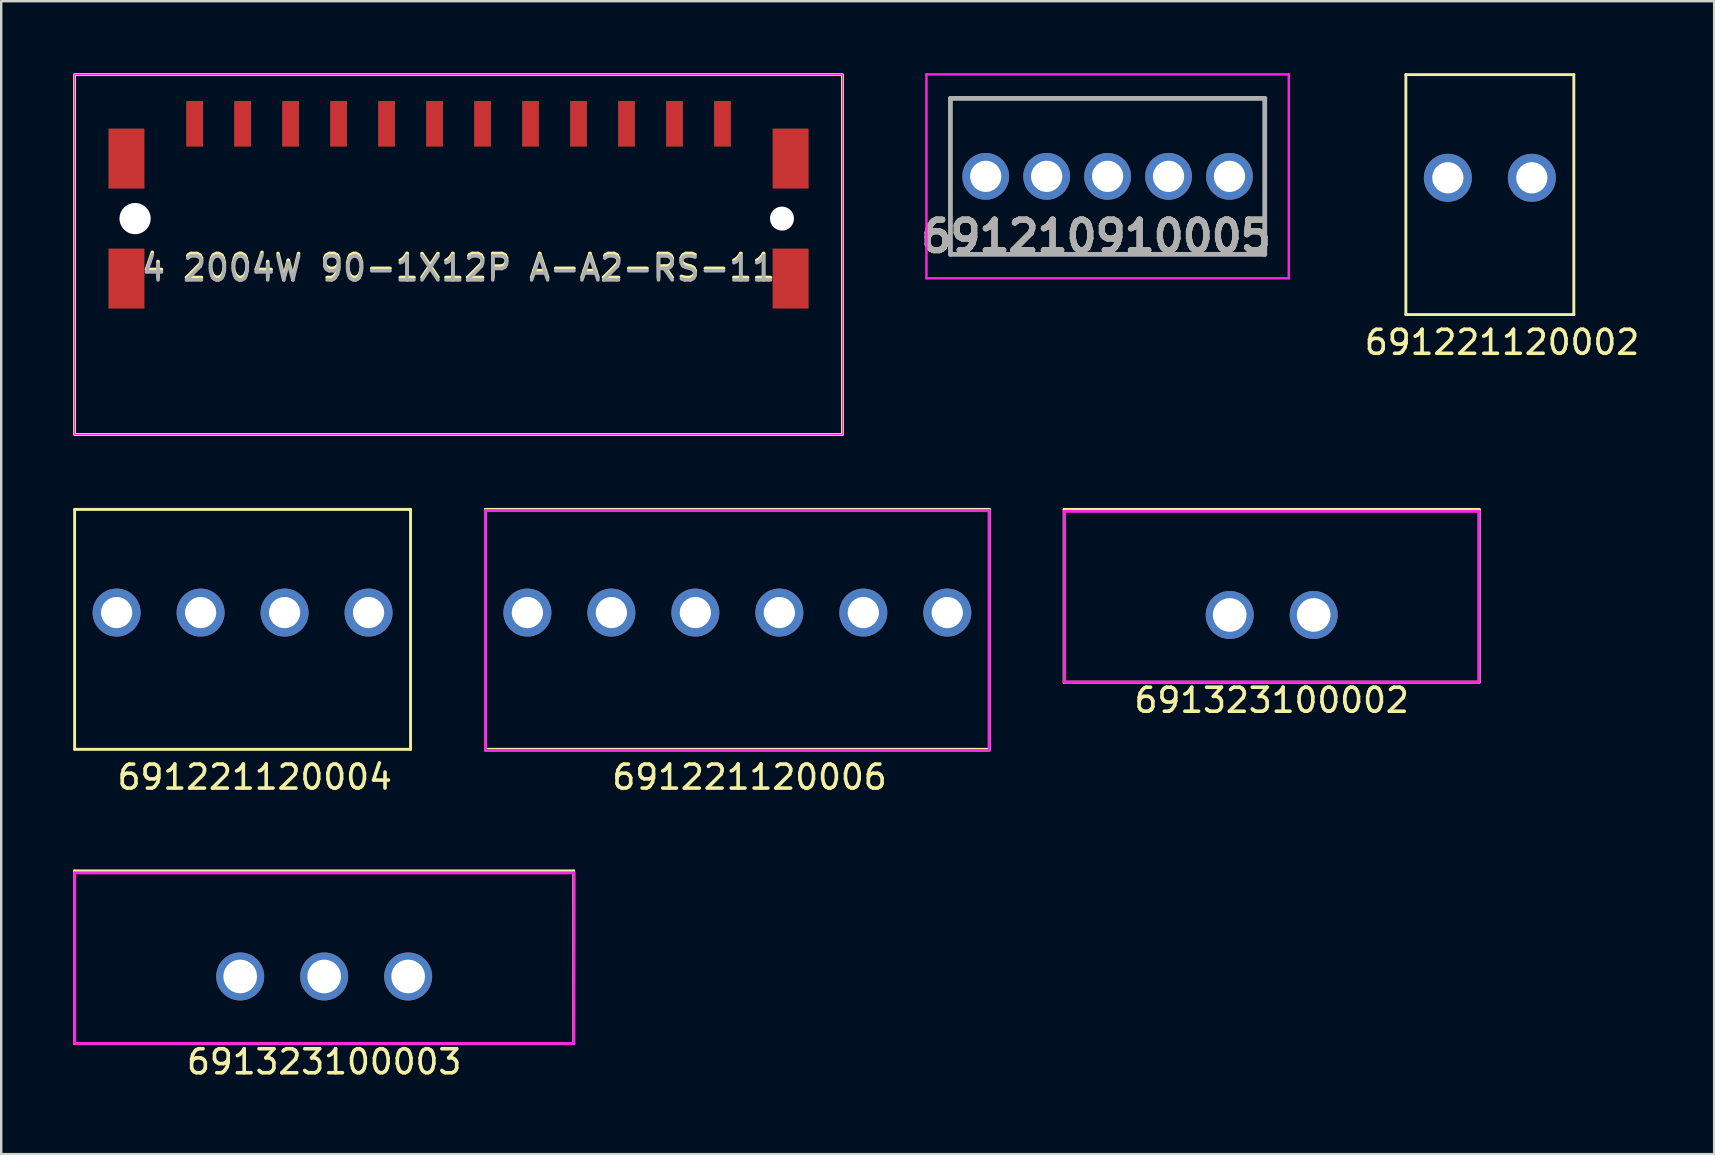
<source format=kicad_pcb>
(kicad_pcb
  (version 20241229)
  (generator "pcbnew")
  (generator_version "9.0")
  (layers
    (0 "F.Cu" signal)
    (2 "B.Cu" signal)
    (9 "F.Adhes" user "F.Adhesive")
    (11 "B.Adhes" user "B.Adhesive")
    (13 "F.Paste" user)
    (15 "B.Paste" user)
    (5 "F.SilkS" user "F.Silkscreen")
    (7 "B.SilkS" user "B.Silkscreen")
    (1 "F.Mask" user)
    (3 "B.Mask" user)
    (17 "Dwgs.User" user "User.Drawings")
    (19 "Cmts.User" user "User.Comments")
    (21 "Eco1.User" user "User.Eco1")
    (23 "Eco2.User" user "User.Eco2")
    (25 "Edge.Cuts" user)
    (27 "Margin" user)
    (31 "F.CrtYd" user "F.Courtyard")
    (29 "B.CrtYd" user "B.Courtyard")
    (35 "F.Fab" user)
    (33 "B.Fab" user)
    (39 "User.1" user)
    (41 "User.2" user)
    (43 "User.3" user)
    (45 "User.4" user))
  (footprint "691221120006"
    (layer "F.Cu")
    (at 27.68 22.48)
    (property "Reference" "691221120006" (at 0.508 6.858 0) (layer "F.SilkS") (effects (font (size 1 1) (thickness 0.15))))
    (attr through_hole)
    (fp_line (start -10.5 -4.3) (end 10.5 -4.3) (stroke (width 0.12) (type solid)) (layer "F.SilkS"))
    (fp_line (start -10.5 5.7) (end -10.5 -4.3) (stroke (width 0.12) (type solid)) (layer "F.SilkS"))
    (fp_line (start 10.5 -4.3) (end 10.5 5.7) (stroke (width 0.12) (type solid)) (layer "F.SilkS"))
    (fp_line (start 10.5 5.7) (end -10.5 5.7) (stroke (width 0.12) (type solid)) (layer "F.SilkS"))
    (fp_line (start -10.5 -4.25) (end 10.5 -4.25) (stroke (width 0.12) (type solid)) (layer "F.CrtYd"))
    (fp_line (start -10.5 5.75) (end -10.5 -4.25) (stroke (width 0.12) (type solid)) (layer "F.CrtYd"))
    (fp_line (start 10.5 -4.25) (end 10.5 5.75) (stroke (width 0.12) (type solid)) (layer "F.CrtYd"))
    (fp_line (start 10.5 5.75) (end -10.5 5.75) (stroke (width 0.12) (type solid)) (layer "F.CrtYd"))
    (pad "1" thru_hole circle (at -8.75 0) (size 2 2) (drill 1.3) (layers "*.Cu" "*.Mask"))
    (pad "2" thru_hole circle (at -5.25 0) (size 2 2) (drill 1.3) (layers "*.Cu" "*.Mask"))
    (pad "3" thru_hole circle (at -1.75 0) (size 2 2) (drill 1.3) (layers "*.Cu" "*.Mask"))
    (pad "4" thru_hole circle (at 1.75 0) (size 2 2) (drill 1.3) (layers "*.Cu" "*.Mask"))
    (pad "5" thru_hole circle (at 5.25 0) (size 2 2) (drill 1.3) (layers "*.Cu" "*.Mask"))
    (pad "6" thru_hole circle (at 8.75 0) (size 2 2) (drill 1.3) (layers "*.Cu" "*.Mask")))
  (footprint "691221120004"
    (layer "F.Cu")
    (at 7.06 22.48)
    (property "Reference" "691221120004" (at 0.508 6.858 0) (layer "F.SilkS") (effects (font (size 1 1) (thickness 0.15))))
    (attr through_hole)
    (fp_line (start -7 -4.3) (end 7 -4.3) (stroke (width 0.12) (type solid)) (layer "F.SilkS"))
    (fp_line (start -7 5.7) (end -7 -4.3) (stroke (width 0.12) (type solid)) (layer "F.SilkS"))
    (fp_line (start 7 -4.3) (end 7 5.7) (stroke (width 0.12) (type solid)) (layer "F.SilkS"))
    (fp_line (start 7 5.7) (end -7 5.7) (stroke (width 0.12) (type solid)) (layer "F.SilkS"))
    (pad "1" thru_hole circle (at -5.25 0) (size 2 2) (drill 1.3) (layers "*.Cu" "*.Mask"))
    (pad "2" thru_hole circle (at -1.75 0) (size 2 2) (drill 1.3) (layers "*.Cu" "*.Mask"))
    (pad "3" thru_hole circle (at 1.75 0) (size 2 2) (drill 1.3) (layers "*.Cu" "*.Mask"))
    (pad "4" thru_hole circle (at 5.25 0) (size 2 2) (drill 1.3) (layers "*.Cu" "*.Mask")))
  (footprint "691210910005"
    (layer "F.Cu")
    (at 38.031 4.3)
    (property "Reference" "691210910005" (at 4.6 2.5 0) (layer "F.SilkS") (effects (font (size 1.27 1.27) (thickness 0.254))))
    (attr through_hole)
    (fp_line (start -1.47 -3.25) (end 11.63 -3.25) (stroke (width 0.1) (type solid)) (layer "F.SilkS"))
    (fp_line (start -1.47 3.25) (end -1.47 -3.25) (stroke (width 0.1) (type solid)) (layer "F.SilkS"))
    (fp_line (start 11.63 -3.25) (end 11.63 3.25) (stroke (width 0.1) (type solid)) (layer "F.SilkS"))
    (fp_line (start 11.63 3.25) (end -1.47 3.25) (stroke (width 0.1) (type solid)) (layer "F.SilkS"))
    (fp_line (start -2.47 -4.25) (end 12.63 -4.25) (stroke (width 0.1) (type solid)) (layer "F.CrtYd"))
    (fp_line (start -2.47 4.25) (end -2.47 -4.25) (stroke (width 0.1) (type solid)) (layer "F.CrtYd"))
    (fp_line (start 12.63 -4.25) (end 12.63 4.25) (stroke (width 0.1) (type solid)) (layer "F.CrtYd"))
    (fp_line (start 12.63 4.25) (end -2.47 4.25) (stroke (width 0.1) (type solid)) (layer "F.CrtYd"))
    (fp_line (start -1.47 -3.25) (end 11.63 -3.25) (stroke (width 0.2) (type solid)) (layer "F.Fab"))
    (fp_line (start -1.47 3.25) (end -1.47 -3.25) (stroke (width 0.2) (type solid)) (layer "F.Fab"))
    (fp_line (start 11.63 -3.25) (end 11.63 3.25) (stroke (width 0.2) (type solid)) (layer "F.Fab"))
    (fp_line (start 11.63 3.25) (end -1.47 3.25) (stroke (width 0.2) (type solid)) (layer "F.Fab"))
    (fp_text user "${REFERENCE}" (at 4.6 2.5 0) (layer "F.Fab") (effects (font (size 1.27 1.27) (thickness 0.254))))
    (pad "1" thru_hole circle (at 0 0) (size 1.95 1.95) (drill 1.3) (layers "*.Cu" "*.Mask"))
    (pad "2" thru_hole circle (at 2.54 0) (size 1.95 1.95) (drill 1.3) (layers "*.Cu" "*.Mask"))
    (pad "3" thru_hole circle (at 5.08 0) (size 1.95 1.95) (drill 1.3) (layers "*.Cu" "*.Mask"))
    (pad "4" thru_hole circle (at 7.62 0) (size 1.95 1.95) (drill 1.3) (layers "*.Cu" "*.Mask"))
    (pad "5" thru_hole circle (at 10.16 0) (size 1.95 1.95) (drill 1.3) (layers "*.Cu" "*.Mask")))
  (footprint "691323100003"
    (layer "F.Cu")
    (at 10.46 37.646)
    (property "Reference" "691323100003" (at 0 3.556 0) (layer "F.SilkS") (effects (font (size 1 1) (thickness 0.15))))
    (attr through_hole)
    (fp_line (start -10.4 -4.4) (end 10.4 -4.4) (stroke (width 0.12) (type solid)) (layer "F.SilkS"))
    (fp_line (start -10.4 2.8) (end -10.4 -4.4) (stroke (width 0.12) (type solid)) (layer "F.SilkS"))
    (fp_line (start 10.4 -4.4) (end 10.4 2.8) (stroke (width 0.12) (type solid)) (layer "F.SilkS"))
    (fp_line (start 10.4 2.8) (end -10.4 2.8) (stroke (width 0.12) (type solid)) (layer "F.SilkS"))
    (fp_line (start -10.4 -4.318) (end 10.4 -4.318) (stroke (width 0.12) (type solid)) (layer "F.CrtYd"))
    (fp_line (start -10.4 2.794) (end -10.4 -4.318) (stroke (width 0.12) (type solid)) (layer "F.CrtYd"))
    (fp_line (start 10.4 2.794) (end -10.4 2.794) (stroke (width 0.12) (type solid)) (layer "F.CrtYd"))
    (fp_line (start 10.414 -4.318) (end 10.4 2.794) (stroke (width 0.12) (type solid)) (layer "F.CrtYd"))
    (pad "1" thru_hole circle (at -3.5 0) (size 2 2) (drill 1.4) (layers "*.Cu" "*.Mask"))
    (pad "2" thru_hole circle (at 0 0) (size 2 2) (drill 1.4) (layers "*.Cu" "*.Mask"))
    (pad "3" thru_hole circle (at 3.5 0) (size 2 2) (drill 1.4) (layers "*.Cu" "*.Mask")))
  (footprint "4 2004W 90-1X12P A-A2-RS-11"
    (layer "F.Cu")
    (at 16.06 6.06)
    (property "Reference" "4 2004W 90-1X12P A-A2-RS-11" (at 0 2 0) (unlocked yes) (layer "F.SilkS") (effects (font (size 1 1) (thickness 0.15))))
    (attr smd)
    (fp_rect (start -16 -6) (end 16 9) (stroke (width 0.12) (type solid)) (fill no) (layer "F.SilkS"))
    (fp_rect (start -16 -6) (end 16 9) (stroke (width 0.05) (type solid)) (fill no) (layer "F.CrtYd"))
    (fp_text user "${REFERENCE}" (at 0 2.1 0) (unlocked yes) (layer "F.Fab") (effects (font (size 1 1) (thickness 0.15))))
    (pad "" smd rect (at -13.84 -2.5) (size 1.5 2.5) (layers "F.Cu" "F.Mask" "F.Paste"))
    (pad "" smd rect (at -13.84 2.5) (size 1.5 2.5) (layers "F.Cu" "F.Mask" "F.Paste"))
    (pad "" np_thru_hole circle (at -13.48 0) (size 1.3 1.3) (drill 1.3) (layers "*.Cu" "*.Mask"))
    (pad "" np_thru_hole circle (at 13.48 0) (size 1 1) (drill 1.3) (layers "*.Cu" "*.Mask"))
    (pad "" smd rect (at 13.84 -2.5) (size 1.5 2.5) (layers "F.Cu" "F.Mask" "F.Paste"))
    (pad "" smd rect (at 13.84 2.5) (size 1.5 2.5) (layers "F.Cu" "F.Mask" "F.Paste"))
    (pad "1" smd rect (at -11 -3.95) (size 0.7 1.9) (layers "F.Cu" "F.Mask" "F.Paste"))
    (pad "2" smd rect (at -9 -3.95) (size 0.7 1.9) (layers "F.Cu" "F.Mask" "F.Paste"))
    (pad "3" smd rect (at -7 -3.95) (size 0.7 1.9) (layers "F.Cu" "F.Mask" "F.Paste"))
    (pad "4" smd rect (at -5 -3.95) (size 0.7 1.9) (layers "F.Cu" "F.Mask" "F.Paste"))
    (pad "5" smd rect (at -3 -3.95) (size 0.7 1.9) (layers "F.Cu" "F.Mask" "F.Paste"))
    (pad "6" smd rect (at -1 -3.95) (size 0.7 1.9) (layers "F.Cu" "F.Mask" "F.Paste"))
    (pad "7" smd rect (at 1 -3.95) (size 0.7 1.9) (layers "F.Cu" "F.Mask" "F.Paste"))
    (pad "8" smd rect (at 3 -3.95) (size 0.7 1.9) (layers "F.Cu" "F.Mask" "F.Paste"))
    (pad "9" smd rect (at 5 -3.95) (size 0.7 1.9) (layers "F.Cu" "F.Mask" "F.Paste"))
    (pad "10" smd rect (at 7 -3.95) (size 0.7 1.9) (layers "F.Cu" "F.Mask" "F.Paste"))
    (pad "11" smd rect (at 9 -3.95) (size 0.7 1.9) (layers "F.Cu" "F.Mask" "F.Paste"))
    (pad "12" smd rect (at 11 -3.95) (size 0.7 1.9) (layers "F.Cu" "F.Mask" "F.Paste")))
  (footprint "691221120002"
    (layer "F.Cu")
    (at 59.042 4.36)
    (property "Reference" "691221120002" (at 0.508 6.858 0) (layer "F.SilkS") (effects (font (size 1 1) (thickness 0.15))))
    (attr through_hole)
    (fp_line (start -3.5 -4.3) (end 3.5 -4.3) (stroke (width 0.12) (type solid)) (layer "F.SilkS"))
    (fp_line (start -3.5 5.7) (end -3.5 -4.3) (stroke (width 0.12) (type solid)) (layer "F.SilkS"))
    (fp_line (start 3.5 -4.3) (end 3.5 5.7) (stroke (width 0.12) (type solid)) (layer "F.SilkS"))
    (fp_line (start 3.5 5.7) (end -3.5 5.7) (stroke (width 0.12) (type solid)) (layer "F.SilkS"))
    (pad "1" thru_hole circle (at -1.75 0) (size 2 2) (drill 1.3) (layers "*.Cu" "*.Mask"))
    (pad "2" thru_hole circle (at 1.75 0) (size 2 2) (drill 1.3) (layers "*.Cu" "*.Mask")))
  (footprint "691323100002"
    (layer "F.Cu")
    (at 49.95 22.58)
    (property "Reference" "691323100002" (at 0 3.556 0) (layer "F.SilkS") (effects (font (size 1 1) (thickness 0.15))))
    (attr through_hole)
    (fp_line (start -8.65 -4.4) (end 8.65 -4.4) (stroke (width 0.12) (type solid)) (layer "F.SilkS"))
    (fp_line (start -8.65 2.8) (end -8.65 -4.4) (stroke (width 0.12) (type solid)) (layer "F.SilkS"))
    (fp_line (start 8.65 -4.4) (end 8.65 2.8) (stroke (width 0.12) (type solid)) (layer "F.SilkS"))
    (fp_line (start 8.65 2.8) (end -8.65 2.8) (stroke (width 0.12) (type solid)) (layer "F.SilkS"))
    (fp_line (start -8.636 -4.318) (end 8.636 -4.318) (stroke (width 0.12) (type solid)) (layer "F.CrtYd"))
    (fp_line (start -8.636 2.794) (end -8.636 -4.318) (stroke (width 0.12) (type solid)) (layer "F.CrtYd"))
    (fp_line (start 8.636 -4.318) (end 8.636 2.794) (stroke (width 0.12) (type solid)) (layer "F.CrtYd"))
    (fp_line (start 8.636 2.794) (end -8.636 2.794) (stroke (width 0.12) (type solid)) (layer "F.CrtYd"))
    (pad "1" thru_hole circle (at -1.75 0) (size 2 2) (drill 1.4) (layers "*.Cu" "*.Mask"))
    (pad "2" thru_hole circle (at 1.75 0) (size 2 2) (drill 1.4) (layers "*.Cu" "*.Mask")))
  (gr_rect
    (start -3 -3)
    (end 68.39 45.05)
    (stroke (width 0.1) (type default))
    (fill no)
    (layer "Edge.Cuts")))
</source>
